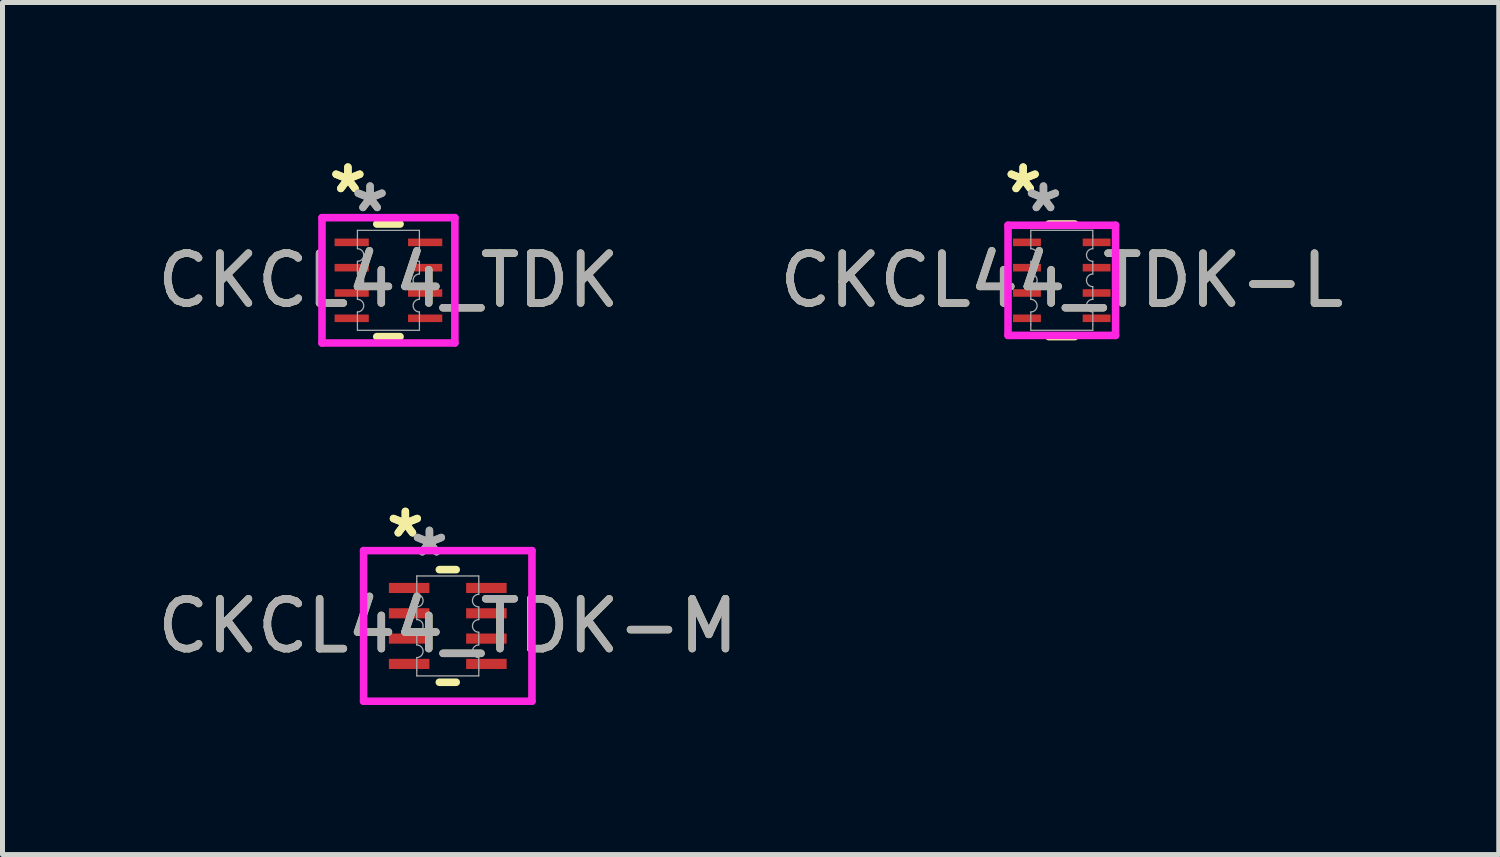
<source format=kicad_pcb>
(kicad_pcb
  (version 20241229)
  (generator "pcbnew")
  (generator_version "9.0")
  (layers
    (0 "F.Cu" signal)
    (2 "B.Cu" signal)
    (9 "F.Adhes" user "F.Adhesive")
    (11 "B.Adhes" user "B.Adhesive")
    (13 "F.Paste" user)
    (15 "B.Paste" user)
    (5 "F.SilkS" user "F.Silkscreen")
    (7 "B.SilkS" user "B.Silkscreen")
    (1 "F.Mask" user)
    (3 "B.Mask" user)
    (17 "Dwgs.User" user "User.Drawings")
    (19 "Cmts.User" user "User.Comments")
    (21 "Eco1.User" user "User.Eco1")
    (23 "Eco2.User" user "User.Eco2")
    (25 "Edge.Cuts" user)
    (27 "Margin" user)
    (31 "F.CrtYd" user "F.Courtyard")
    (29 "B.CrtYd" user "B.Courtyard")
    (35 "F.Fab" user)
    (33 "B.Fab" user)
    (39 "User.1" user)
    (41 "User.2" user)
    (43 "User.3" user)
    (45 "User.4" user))
  (footprint "CKCL44_TDK-M"
    (layer "F.Cu")
    (at 5.935 9.51)
    (property "Reference" "CKCL44_TDK-M" (at 0 0 0) (unlocked yes) (layer "F.SilkS") (effects (font (size 1 1) (thickness 0.15))))
    (attr smd)
    (fp_line (start -0.169 1.13) (end 0.169 1.13) (stroke (width 0.152) (type solid)) (layer "F.SilkS"))
    (fp_line (start 0.169 -1.13) (end -0.169 -1.13) (stroke (width 0.152) (type solid)) (layer "F.SilkS"))
    (fp_line (start -1.689 -1.511) (end 1.689 -1.511) (stroke (width 0.152) (type solid)) (layer "F.CrtYd"))
    (fp_line (start -1.689 1.511) (end -1.689 -1.511) (stroke (width 0.152) (type solid)) (layer "F.CrtYd"))
    (fp_line (start 1.689 -1.511) (end 1.689 1.511) (stroke (width 0.152) (type solid)) (layer "F.CrtYd"))
    (fp_line (start 1.689 1.511) (end -1.689 1.511) (stroke (width 0.152) (type solid)) (layer "F.CrtYd"))
    (fp_line (start -0.622 -1.003) (end -0.622 -0.889) (stroke (width 0.025) (type solid)) (layer "F.Fab"))
    (fp_line (start -0.622 -0.889) (end -0.622 -0.635) (stroke (width 0.025) (type solid)) (layer "F.Fab"))
    (fp_line (start -0.622 -0.381) (end -0.622 -0.127) (stroke (width 0.025) (type solid)) (layer "F.Fab"))
    (fp_line (start -0.622 0.127) (end -0.622 0.381) (stroke (width 0.025) (type solid)) (layer "F.Fab"))
    (fp_line (start -0.622 0.635) (end -0.622 0.889) (stroke (width 0.025) (type solid)) (layer "F.Fab"))
    (fp_line (start -0.622 0.889) (end -0.622 1.003) (stroke (width 0.025) (type solid)) (layer "F.Fab"))
    (fp_line (start -0.622 1.003) (end 0.622 1.003) (stroke (width 0.025) (type solid)) (layer "F.Fab"))
    (fp_line (start 0.622 -1.003) (end -0.622 -1.003) (stroke (width 0.025) (type solid)) (layer "F.Fab"))
    (fp_line (start 0.622 -1.003) (end 0.622 -0.889) (stroke (width 0.025) (type solid)) (layer "F.Fab"))
    (fp_line (start 0.622 -0.889) (end 0.622 -0.635) (stroke (width 0.025) (type solid)) (layer "F.Fab"))
    (fp_line (start 0.622 -0.381) (end 0.622 -0.127) (stroke (width 0.025) (type solid)) (layer "F.Fab"))
    (fp_line (start 0.622 0.127) (end 0.622 0.381) (stroke (width 0.025) (type solid)) (layer "F.Fab"))
    (fp_line (start 0.622 0.635) (end 0.622 0.889) (stroke (width 0.025) (type solid)) (layer "F.Fab"))
    (fp_line (start 0.622 0.889) (end 0.622 1.003) (stroke (width 0.025) (type solid)) (layer "F.Fab"))
    (fp_arc (start -0.6223 -0.635) (mid -0.4953 -0.508) (end -0.6223 -0.381) (stroke (width 0.0254) (type solid)) (layer "F.Fab"))
    (fp_arc (start -0.6223 -0.127) (mid -0.4953 0) (end -0.6223 0.127) (stroke (width 0.0254) (type solid)) (layer "F.Fab"))
    (fp_arc (start -0.6223 0.381) (mid -0.4953 0.508) (end -0.6223 0.635) (stroke (width 0.0254) (type solid)) (layer "F.Fab"))
    (fp_arc (start 0.6223 -0.381) (mid 0.4953 -0.508) (end 0.6223 -0.635) (stroke (width 0.0254) (type solid)) (layer "F.Fab"))
    (fp_arc (start 0.6223 0.127) (mid 0.4953 0) (end 0.6223 -0.127) (stroke (width 0.0254) (type solid)) (layer "F.Fab"))
    (fp_arc (start 0.6223 0.635) (mid 0.4953 0.508) (end 0.6223 0.381) (stroke (width 0.0254) (type solid)) (layer "F.Fab"))
    (fp_text user "*" (at -0.851 -1.753 0) (unlocked yes) (layer "F.SilkS") (effects (font (size 1 1) (thickness 0.15))))
    (fp_text user "*" (at -0.851 -1.753 0) (layer "F.SilkS") (effects (font (size 1 1) (thickness 0.15))))
    (fp_text user "${REFERENCE}" (at 0 0 0) (unlocked yes) (layer "F.Fab") (effects (font (size 1 1) (thickness 0.15))))
    (fp_text user "*" (at -0.368 -1.372 0) (layer "F.Fab") (effects (font (size 1 1) (thickness 0.15))))
    (fp_text user "*" (at -0.368 -1.372 0) (unlocked yes) (layer "F.Fab") (effects (font (size 1 1) (thickness 0.15))))
    (pad "1" smd rect (at -0.775 -0.762) (size 0.813 0.203) (layers "F.Cu" "F.Mask" "F.Paste"))
    (pad "2" smd rect (at -0.775 -0.254) (size 0.813 0.203) (layers "F.Cu" "F.Mask" "F.Paste"))
    (pad "3" smd rect (at -0.775 0.254) (size 0.813 0.203) (layers "F.Cu" "F.Mask" "F.Paste"))
    (pad "4" smd rect (at -0.775 0.762) (size 0.813 0.203) (layers "F.Cu" "F.Mask" "F.Paste"))
    (pad "5" smd rect (at 0.775 0.762) (size 0.813 0.203) (layers "F.Cu" "F.Mask" "F.Paste"))
    (pad "6" smd rect (at 0.775 0.254) (size 0.813 0.203) (layers "F.Cu" "F.Mask" "F.Paste"))
    (pad "7" smd rect (at 0.775 -0.254) (size 0.813 0.203) (layers "F.Cu" "F.Mask" "F.Paste"))
    (pad "8" smd rect (at 0.775 -0.762) (size 0.813 0.203) (layers "F.Cu" "F.Mask" "F.Paste")))
  (footprint "CKCL44_TDK-L"
    (layer "F.Cu")
    (at 18.256 2.575)
    (property "Reference" "CKCL44_TDK-L" (at 0 0 0) (unlocked yes) (layer "F.SilkS") (effects (font (size 1 1) (thickness 0.15))))
    (attr smd)
    (fp_line (start -0.26 1.13) (end 0.26 1.13) (stroke (width 0.152) (type solid)) (layer "F.SilkS"))
    (fp_line (start 0.26 -1.13) (end -0.26 -1.13) (stroke (width 0.152) (type solid)) (layer "F.SilkS"))
    (fp_line (start -1.079 -1.105) (end 1.079 -1.105) (stroke (width 0.152) (type solid)) (layer "F.CrtYd"))
    (fp_line (start -1.079 1.105) (end -1.079 -1.105) (stroke (width 0.152) (type solid)) (layer "F.CrtYd"))
    (fp_line (start 1.079 -1.105) (end 1.079 1.105) (stroke (width 0.152) (type solid)) (layer "F.CrtYd"))
    (fp_line (start 1.079 1.105) (end -1.079 1.105) (stroke (width 0.152) (type solid)) (layer "F.CrtYd"))
    (fp_line (start -0.622 -1.003) (end -0.622 -0.889) (stroke (width 0.025) (type solid)) (layer "F.Fab"))
    (fp_line (start -0.622 -0.889) (end -0.622 -0.635) (stroke (width 0.025) (type solid)) (layer "F.Fab"))
    (fp_line (start -0.622 -0.381) (end -0.622 -0.127) (stroke (width 0.025) (type solid)) (layer "F.Fab"))
    (fp_line (start -0.622 0.127) (end -0.622 0.381) (stroke (width 0.025) (type solid)) (layer "F.Fab"))
    (fp_line (start -0.622 0.635) (end -0.622 0.889) (stroke (width 0.025) (type solid)) (layer "F.Fab"))
    (fp_line (start -0.622 0.889) (end -0.622 1.003) (stroke (width 0.025) (type solid)) (layer "F.Fab"))
    (fp_line (start -0.622 1.003) (end 0.622 1.003) (stroke (width 0.025) (type solid)) (layer "F.Fab"))
    (fp_line (start 0.622 -1.003) (end -0.622 -1.003) (stroke (width 0.025) (type solid)) (layer "F.Fab"))
    (fp_line (start 0.622 -1.003) (end 0.622 -0.889) (stroke (width 0.025) (type solid)) (layer "F.Fab"))
    (fp_line (start 0.622 -0.889) (end 0.622 -0.635) (stroke (width 0.025) (type solid)) (layer "F.Fab"))
    (fp_line (start 0.622 -0.381) (end 0.622 -0.127) (stroke (width 0.025) (type solid)) (layer "F.Fab"))
    (fp_line (start 0.622 0.127) (end 0.622 0.381) (stroke (width 0.025) (type solid)) (layer "F.Fab"))
    (fp_line (start 0.622 0.635) (end 0.622 0.889) (stroke (width 0.025) (type solid)) (layer "F.Fab"))
    (fp_line (start 0.622 0.889) (end 0.622 1.003) (stroke (width 0.025) (type solid)) (layer "F.Fab"))
    (fp_arc (start -0.6223 -0.635) (mid -0.4953 -0.508) (end -0.6223 -0.381) (stroke (width 0.0254) (type solid)) (layer "F.Fab"))
    (fp_arc (start -0.6223 -0.127) (mid -0.4953 0) (end -0.6223 0.127) (stroke (width 0.0254) (type solid)) (layer "F.Fab"))
    (fp_arc (start -0.6223 0.381) (mid -0.4953 0.508) (end -0.6223 0.635) (stroke (width 0.0254) (type solid)) (layer "F.Fab"))
    (fp_arc (start 0.6223 -0.381) (mid 0.4953 -0.508) (end 0.6223 -0.635) (stroke (width 0.0254) (type solid)) (layer "F.Fab"))
    (fp_arc (start 0.6223 0.127) (mid 0.4953 0) (end 0.6223 -0.127) (stroke (width 0.0254) (type solid)) (layer "F.Fab"))
    (fp_arc (start 0.6223 0.635) (mid 0.4953 0.508) (end 0.6223 0.381) (stroke (width 0.0254) (type solid)) (layer "F.Fab"))
    (fp_text user "*" (at -0.775 -1.727 0) (layer "F.SilkS") (effects (font (size 1 1) (thickness 0.15))))
    (fp_text user "*" (at -0.775 -1.727 0) (unlocked yes) (layer "F.SilkS") (effects (font (size 1 1) (thickness 0.15))))
    (fp_text user "${REFERENCE}" (at 0 0 0) (unlocked yes) (layer "F.Fab") (effects (font (size 1 1) (thickness 0.15))))
    (fp_text user "*" (at -0.368 -1.346 0) (unlocked yes) (layer "F.Fab") (effects (font (size 1 1) (thickness 0.15))))
    (fp_text user "*" (at -0.368 -1.346 0) (layer "F.Fab") (effects (font (size 1 1) (thickness 0.15))))
    (pad "1" smd rect (at -0.699 -0.762) (size 0.559 0.152) (layers "F.Cu" "F.Mask" "F.Paste"))
    (pad "2" smd rect (at -0.699 -0.254) (size 0.559 0.152) (layers "F.Cu" "F.Mask" "F.Paste"))
    (pad "3" smd rect (at -0.699 0.254) (size 0.559 0.152) (layers "F.Cu" "F.Mask" "F.Paste"))
    (pad "4" smd rect (at -0.699 0.762) (size 0.559 0.152) (layers "F.Cu" "F.Mask" "F.Paste"))
    (pad "5" smd rect (at 0.699 0.762) (size 0.559 0.152) (layers "F.Cu" "F.Mask" "F.Paste"))
    (pad "6" smd rect (at 0.699 0.254) (size 0.559 0.152) (layers "F.Cu" "F.Mask" "F.Paste"))
    (pad "7" smd rect (at 0.699 -0.254) (size 0.559 0.152) (layers "F.Cu" "F.Mask" "F.Paste"))
    (pad "8" smd rect (at 0.699 -0.762) (size 0.559 0.152) (layers "F.Cu" "F.Mask" "F.Paste")))
  (footprint "CKCL44_TDK"
    (layer "F.Cu")
    (at 4.744 2.575)
    (property "Reference" "CKCL44_TDK" (at 0 0 0) (unlocked yes) (layer "F.SilkS") (effects (font (size 1 1) (thickness 0.15))))
    (attr smd)
    (fp_line (start -0.234 1.13) (end 0.234 1.13) (stroke (width 0.152) (type solid)) (layer "F.SilkS"))
    (fp_line (start 0.234 -1.13) (end -0.234 -1.13) (stroke (width 0.152) (type solid)) (layer "F.SilkS"))
    (fp_line (start -1.333 -1.257) (end 1.333 -1.257) (stroke (width 0.152) (type solid)) (layer "F.CrtYd"))
    (fp_line (start -1.333 1.257) (end -1.333 -1.257) (stroke (width 0.152) (type solid)) (layer "F.CrtYd"))
    (fp_line (start 1.333 -1.257) (end 1.333 1.257) (stroke (width 0.152) (type solid)) (layer "F.CrtYd"))
    (fp_line (start 1.333 1.257) (end -1.333 1.257) (stroke (width 0.152) (type solid)) (layer "F.CrtYd"))
    (fp_line (start -0.622 -1.003) (end -0.622 -0.889) (stroke (width 0.025) (type solid)) (layer "F.Fab"))
    (fp_line (start -0.622 -0.889) (end -0.622 -0.635) (stroke (width 0.025) (type solid)) (layer "F.Fab"))
    (fp_line (start -0.622 -0.381) (end -0.622 -0.127) (stroke (width 0.025) (type solid)) (layer "F.Fab"))
    (fp_line (start -0.622 0.127) (end -0.622 0.381) (stroke (width 0.025) (type solid)) (layer "F.Fab"))
    (fp_line (start -0.622 0.635) (end -0.622 0.889) (stroke (width 0.025) (type solid)) (layer "F.Fab"))
    (fp_line (start -0.622 0.889) (end -0.622 1.003) (stroke (width 0.025) (type solid)) (layer "F.Fab"))
    (fp_line (start -0.622 1.003) (end 0.622 1.003) (stroke (width 0.025) (type solid)) (layer "F.Fab"))
    (fp_line (start 0.622 -1.003) (end -0.622 -1.003) (stroke (width 0.025) (type solid)) (layer "F.Fab"))
    (fp_line (start 0.622 -1.003) (end 0.622 -0.889) (stroke (width 0.025) (type solid)) (layer "F.Fab"))
    (fp_line (start 0.622 -0.889) (end 0.622 -0.635) (stroke (width 0.025) (type solid)) (layer "F.Fab"))
    (fp_line (start 0.622 -0.381) (end 0.622 -0.127) (stroke (width 0.025) (type solid)) (layer "F.Fab"))
    (fp_line (start 0.622 0.127) (end 0.622 0.381) (stroke (width 0.025) (type solid)) (layer "F.Fab"))
    (fp_line (start 0.622 0.635) (end 0.622 0.889) (stroke (width 0.025) (type solid)) (layer "F.Fab"))
    (fp_line (start 0.622 0.889) (end 0.622 1.003) (stroke (width 0.025) (type solid)) (layer "F.Fab"))
    (fp_arc (start -0.6223 -0.635) (mid -0.4953 -0.508) (end -0.6223 -0.381) (stroke (width 0.0254) (type solid)) (layer "F.Fab"))
    (fp_arc (start -0.6223 -0.127) (mid -0.4953 0) (end -0.6223 0.127) (stroke (width 0.0254) (type solid)) (layer "F.Fab"))
    (fp_arc (start -0.6223 0.381) (mid -0.4953 0.508) (end -0.6223 0.635) (stroke (width 0.0254) (type solid)) (layer "F.Fab"))
    (fp_arc (start 0.6223 -0.381) (mid 0.4953 -0.508) (end 0.6223 -0.635) (stroke (width 0.0254) (type solid)) (layer "F.Fab"))
    (fp_arc (start 0.6223 0.127) (mid 0.4953 0) (end 0.6223 -0.127) (stroke (width 0.0254) (type solid)) (layer "F.Fab"))
    (fp_arc (start 0.6223 0.635) (mid 0.4953 0.508) (end 0.6223 0.381) (stroke (width 0.0254) (type solid)) (layer "F.Fab"))
    (fp_text user "*" (at -0.813 -1.727 0) (unlocked yes) (layer "F.SilkS") (effects (font (size 1 1) (thickness 0.15))))
    (fp_text user "*" (at -0.813 -1.727 0) (layer "F.SilkS") (effects (font (size 1 1) (thickness 0.15))))
    (fp_text user "*" (at -0.368 -1.346 0) (unlocked yes) (layer "F.Fab") (effects (font (size 1 1) (thickness 0.15))))
    (fp_text user "*" (at -0.368 -1.346 0) (layer "F.Fab") (effects (font (size 1 1) (thickness 0.15))))
    (fp_text user "${REFERENCE}" (at 0 0 0) (unlocked yes) (layer "F.Fab") (effects (font (size 1 1) (thickness 0.15))))
    (pad "1" smd rect (at -0.737 -0.762) (size 0.686 0.152) (layers "F.Cu" "F.Mask" "F.Paste"))
    (pad "2" smd rect (at -0.737 -0.254) (size 0.686 0.152) (layers "F.Cu" "F.Mask" "F.Paste"))
    (pad "3" smd rect (at -0.737 0.254) (size 0.686 0.152) (layers "F.Cu" "F.Mask" "F.Paste"))
    (pad "4" smd rect (at -0.737 0.762) (size 0.686 0.152) (layers "F.Cu" "F.Mask" "F.Paste"))
    (pad "5" smd rect (at 0.737 0.762) (size 0.686 0.152) (layers "F.Cu" "F.Mask" "F.Paste"))
    (pad "6" smd rect (at 0.737 0.254) (size 0.686 0.152) (layers "F.Cu" "F.Mask" "F.Paste"))
    (pad "7" smd rect (at 0.737 -0.254) (size 0.686 0.152) (layers "F.Cu" "F.Mask" "F.Paste"))
    (pad "8" smd rect (at 0.737 -0.762) (size 0.686 0.152) (layers "F.Cu" "F.Mask" "F.Paste")))
  (gr_rect
    (start -3 -3)
    (end 27.024 14.097)
    (stroke (width 0.1) (type default))
    (fill no)
    (layer "Edge.Cuts")))
</source>
